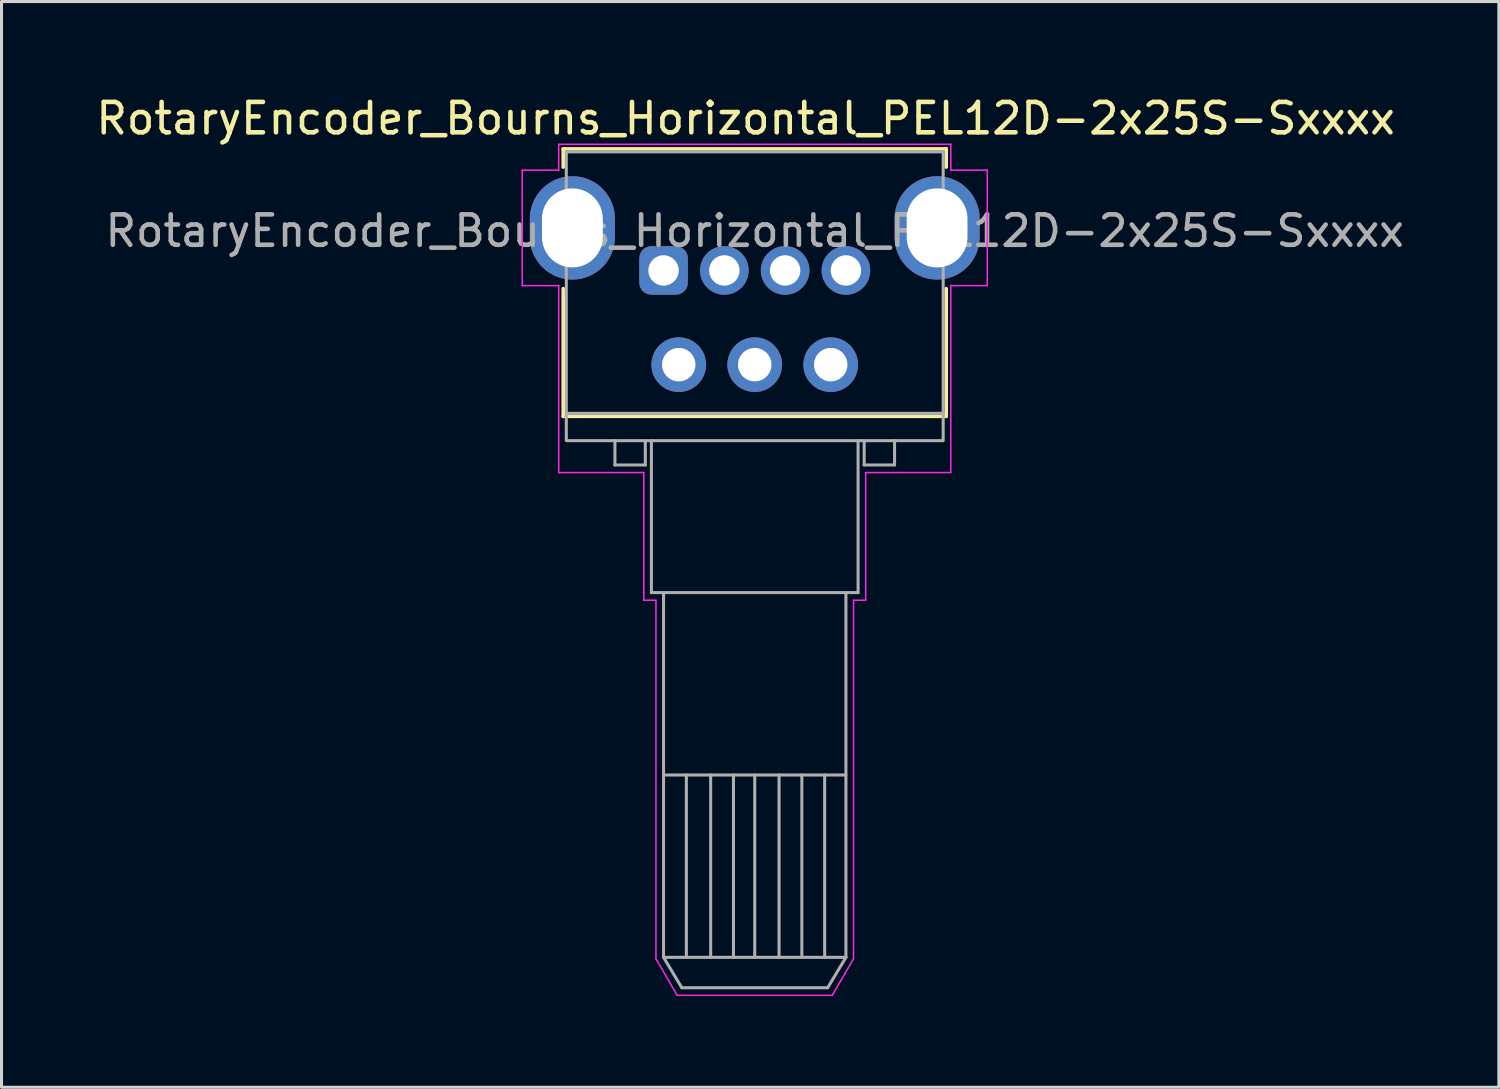
<source format=kicad_pcb>
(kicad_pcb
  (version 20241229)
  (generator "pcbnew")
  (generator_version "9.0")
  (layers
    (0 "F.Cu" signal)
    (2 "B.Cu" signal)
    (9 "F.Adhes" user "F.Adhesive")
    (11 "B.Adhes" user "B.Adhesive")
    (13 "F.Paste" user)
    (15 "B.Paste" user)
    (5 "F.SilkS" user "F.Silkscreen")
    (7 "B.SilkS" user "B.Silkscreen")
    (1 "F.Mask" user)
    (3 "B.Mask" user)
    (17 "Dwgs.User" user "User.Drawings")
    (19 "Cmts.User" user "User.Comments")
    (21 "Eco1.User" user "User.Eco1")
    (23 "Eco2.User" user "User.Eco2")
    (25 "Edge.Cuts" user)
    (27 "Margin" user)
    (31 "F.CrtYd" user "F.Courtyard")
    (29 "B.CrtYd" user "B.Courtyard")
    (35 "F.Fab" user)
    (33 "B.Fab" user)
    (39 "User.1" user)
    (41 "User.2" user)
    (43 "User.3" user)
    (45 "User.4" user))
  (footprint "RotaryEncoder_Bourns_Horizontal_PEL12D-2x25S-Sxxxx"
    (layer "F.Cu")
    (at 18.782 5.848)
    (property "Reference" "RotaryEncoder_Bourns_Horizontal_PEL12D-2x25S-Sxxxx" (at 2.7 -5 0) (layer "F.SilkS") (effects (font (size 1 1) (thickness 0.15))))
    (attr through_hole)
    (fp_line (start -3.3 -4) (end -3.3 -3.4) (stroke (width 0.12) (type default)) (layer "F.SilkS"))
    (fp_line (start -3.3 0.6) (end -3.3 4.8) (stroke (width 0.12) (type default)) (layer "F.SilkS"))
    (fp_line (start -3.3 4.8) (end 9.3 4.8) (stroke (width 0.12) (type default)) (layer "F.SilkS"))
    (fp_line (start 9.3 -4) (end -3.3 -4) (stroke (width 0.12) (type default)) (layer "F.SilkS"))
    (fp_line (start 9.3 -3.4) (end 9.3 -4) (stroke (width 0.12) (type default)) (layer "F.SilkS"))
    (fp_line (start 9.3 4.8) (end 9.3 0.6) (stroke (width 0.12) (type default)) (layer "F.SilkS"))
    (fp_line (start -4.65 -3.3) (end -4.65 0.5) (stroke (width 0.05) (type default)) (layer "F.CrtYd"))
    (fp_line (start -4.65 0.5) (end -3.45 0.5) (stroke (width 0.05) (type default)) (layer "F.CrtYd"))
    (fp_line (start -3.45 -4.15) (end -3.45 -3.3) (stroke (width 0.05) (type default)) (layer "F.CrtYd"))
    (fp_line (start -3.45 -3.3) (end -4.65 -3.3) (stroke (width 0.05) (type default)) (layer "F.CrtYd"))
    (fp_line (start -3.45 0.5) (end -3.45 6.65) (stroke (width 0.05) (type default)) (layer "F.CrtYd"))
    (fp_line (start -0.65 6.65) (end -3.45 6.65) (stroke (width 0.05) (type default)) (layer "F.CrtYd"))
    (fp_line (start -0.65 10.85) (end -0.65 6.65) (stroke (width 0.05) (type default)) (layer "F.CrtYd"))
    (fp_line (start -0.65 10.85) (end -0.25 10.85) (stroke (width 0.05) (type default)) (layer "F.CrtYd"))
    (fp_line (start -0.25 10.85) (end -0.25 22.65) (stroke (width 0.05) (type default)) (layer "F.CrtYd"))
    (fp_line (start -0.25 22.65) (end 0.45 23.85) (stroke (width 0.05) (type default)) (layer "F.CrtYd"))
    (fp_line (start 0.45 23.85) (end 5.55 23.85) (stroke (width 0.05) (type default)) (layer "F.CrtYd"))
    (fp_line (start 6.25 10.85) (end 6.65 10.85) (stroke (width 0.05) (type default)) (layer "F.CrtYd"))
    (fp_line (start 6.25 22.65) (end 5.55 23.85) (stroke (width 0.05) (type default)) (layer "F.CrtYd"))
    (fp_line (start 6.25 22.65) (end 6.25 10.85) (stroke (width 0.05) (type default)) (layer "F.CrtYd"))
    (fp_line (start 6.65 6.65) (end 9.45 6.65) (stroke (width 0.05) (type default)) (layer "F.CrtYd"))
    (fp_line (start 6.65 10.85) (end 6.65 6.65) (stroke (width 0.05) (type default)) (layer "F.CrtYd"))
    (fp_line (start 9.45 -4.15) (end -3.45 -4.15) (stroke (width 0.05) (type default)) (layer "F.CrtYd"))
    (fp_line (start 9.45 -3.3) (end 9.45 -4.15) (stroke (width 0.05) (type default)) (layer "F.CrtYd"))
    (fp_line (start 9.45 0.5) (end 10.65 0.5) (stroke (width 0.05) (type default)) (layer "F.CrtYd"))
    (fp_line (start 9.45 6.65) (end 9.45 0.5) (stroke (width 0.05) (type default)) (layer "F.CrtYd"))
    (fp_line (start 10.65 -3.3) (end 9.45 -3.3) (stroke (width 0.05) (type default)) (layer "F.CrtYd"))
    (fp_line (start 10.65 0.5) (end 10.65 -3.3) (stroke (width 0.05) (type default)) (layer "F.CrtYd"))
    (fp_line (start -1.6 5.6) (end -1.6 6.4) (stroke (width 0.1) (type default)) (layer "F.Fab"))
    (fp_line (start -1.6 6.4) (end -0.6 6.4) (stroke (width 0.1) (type default)) (layer "F.Fab"))
    (fp_line (start -0.6 6.4) (end -0.6 5.6) (stroke (width 0.1) (type default)) (layer "F.Fab"))
    (fp_line (start -0.4 10.6) (end -0.4 5.6) (stroke (width 0.1) (type default)) (layer "F.Fab"))
    (fp_line (start 0 22.6) (end 0 10.6) (stroke (width 0.1) (type default)) (layer "F.Fab"))
    (fp_line (start 0 22.6) (end 0.6 23.6) (stroke (width 0.1) (type default)) (layer "F.Fab"))
    (fp_line (start 0.75 22.6) (end 0.75 16.6) (stroke (width 0.1) (type default)) (layer "F.Fab"))
    (fp_line (start 1.55 22.6) (end 1.55 16.6) (stroke (width 0.1) (type default)) (layer "F.Fab"))
    (fp_line (start 2.3 22.6) (end 2.3 16.6) (stroke (width 0.1) (type default)) (layer "F.Fab"))
    (fp_line (start 3 22.6) (end 3 16.6) (stroke (width 0.1) (type default)) (layer "F.Fab"))
    (fp_line (start 3.8 22.6) (end 3.8 16.6) (stroke (width 0.1) (type default)) (layer "F.Fab"))
    (fp_line (start 4.55 22.6) (end 4.55 16.6) (stroke (width 0.1) (type default)) (layer "F.Fab"))
    (fp_line (start 5.3 22.6) (end 5.3 16.6) (stroke (width 0.1) (type default)) (layer "F.Fab"))
    (fp_line (start 5.4 23.6) (end 0.6 23.6) (stroke (width 0.1) (type default)) (layer "F.Fab"))
    (fp_line (start 6 10.6) (end 6 22.6) (stroke (width 0.1) (type default)) (layer "F.Fab"))
    (fp_line (start 6 16.6) (end 0 16.6) (stroke (width 0.1) (type default)) (layer "F.Fab"))
    (fp_line (start 6 22.6) (end 0 22.6) (stroke (width 0.1) (type default)) (layer "F.Fab"))
    (fp_line (start 6 22.6) (end 5.4 23.6) (stroke (width 0.1) (type default)) (layer "F.Fab"))
    (fp_line (start 6.4 5.6) (end 6.4 10.6) (stroke (width 0.1) (type default)) (layer "F.Fab"))
    (fp_line (start 6.4 10.6) (end -0.4 10.6) (stroke (width 0.1) (type default)) (layer "F.Fab"))
    (fp_line (start 6.6 6.4) (end 6.6 5.6) (stroke (width 0.1) (type default)) (layer "F.Fab"))
    (fp_line (start 7.6 5.6) (end 7.6 6.4) (stroke (width 0.1) (type default)) (layer "F.Fab"))
    (fp_line (start 7.6 6.4) (end 6.6 6.4) (stroke (width 0.1) (type default)) (layer "F.Fab"))
    (fp_line (start 9.2 4.7) (end -3.2 4.7) (stroke (width 0.1) (type default)) (layer "F.Fab"))
    (fp_rect (start -3.2 -3.9) (end 9.2 5.6) (stroke (width 0.1) (type default)) (fill no) (layer "F.Fab"))
    (fp_text user "${REFERENCE}" (at 3 -1.3 0) (layer "F.Fab") (effects (font (size 1 1) (thickness 0.15))))
    (pad "1" thru_hole roundrect (at 0 0 270) (size 1.6 1.6) (drill 1) (layers "*.Cu" "*.Mask") (roundrect_rratio 0.25))
    (pad "2" thru_hole circle (at 2 0 270) (size 1.6 1.6) (drill 1) (layers "*.Cu" "*.Mask"))
    (pad "3" thru_hole circle (at 4 0 270) (size 1.6 1.6) (drill 1) (layers "*.Cu" "*.Mask"))
    (pad "4" thru_hole circle (at 6 0 270) (size 1.6 1.6) (drill 1) (layers "*.Cu" "*.Mask"))
    (pad "A" thru_hole circle (at 0.5 3.1 270) (size 1.8 1.8) (drill 1.1) (layers "*.Cu" "*.Mask"))
    (pad "B" thru_hole circle (at 3 3.1 270) (size 1.8 1.8) (drill 1.1) (layers "*.Cu" "*.Mask"))
    (pad "C" thru_hole circle (at 5.5 3.1 270) (size 1.8 1.8) (drill 1.1) (layers "*.Cu" "*.Mask"))
    (pad "SH" thru_hole oval (at -3 -1.4 270) (size 3.4 2.8) (drill oval 2.6 2) (layers "*.Cu" "*.Mask"))
    (pad "SH" thru_hole oval (at 9 -1.4 270) (size 3.4 2.8) (drill oval 2.6 2) (layers "*.Cu" "*.Mask"))
    (zone (net_name "") (layer "F.Cu") (hatch edge 0.5) (connect_pads) (min_thickness 0.25) (filled_areas_thickness no) (keepout (tracks not_allowed) (vias not_allowed) (pads not_allowed) (copperpour allowed) (footprints allowed)) (placement (enabled no)) (fill) (polygon (pts (xy 16.082 2.648) (xy 16.082 1.748) (xy 15.382 1.748) (xy 15.382 2.648))))
    (zone (net_name "") (layer "F.Cu") (hatch edge 0.5) (connect_pads) (min_thickness 0.25) (filled_areas_thickness no) (keepout (tracks not_allowed) (vias not_allowed) (pads not_allowed) (copperpour allowed) (footprints allowed)) (placement (enabled no)) (fill) (polygon (pts (xy 28.182 2.648) (xy 28.182 1.748) (xy 27.482 1.748) (xy 27.482 2.648))))
    (zone (net_name "") (layers "F.Cu" "F.Fab") (hatch edge 0.5) (connect_pads) (min_thickness 0.25) (filled_areas_thickness no) (keepout (tracks not_allowed) (vias not_allowed) (pads not_allowed) (copperpour allowed) (footprints allowed)) (placement (enabled no)) (fill) (polygon (pts (xy 16.082 10.748) (xy 16.082 9.448) (xy 15.332 9.448) (xy 15.332 10.748))))
    (zone (net_name "") (layers "F.Cu" "F.Fab") (hatch edge 0.5) (connect_pads) (min_thickness 0.25) (filled_areas_thickness no) (keepout (tracks not_allowed) (vias not_allowed) (pads not_allowed) (copperpour allowed) (footprints allowed)) (placement (enabled no)) (fill) (polygon (pts (xy 28.232 10.748) (xy 28.232 9.448) (xy 27.482 9.448) (xy 27.482 10.748)))))
  (gr_rect
    (start -3 -3)
    (end 46.264 32.723)
    (stroke (width 0.1) (type default))
    (fill no)
    (layer "Edge.Cuts")))
</source>
